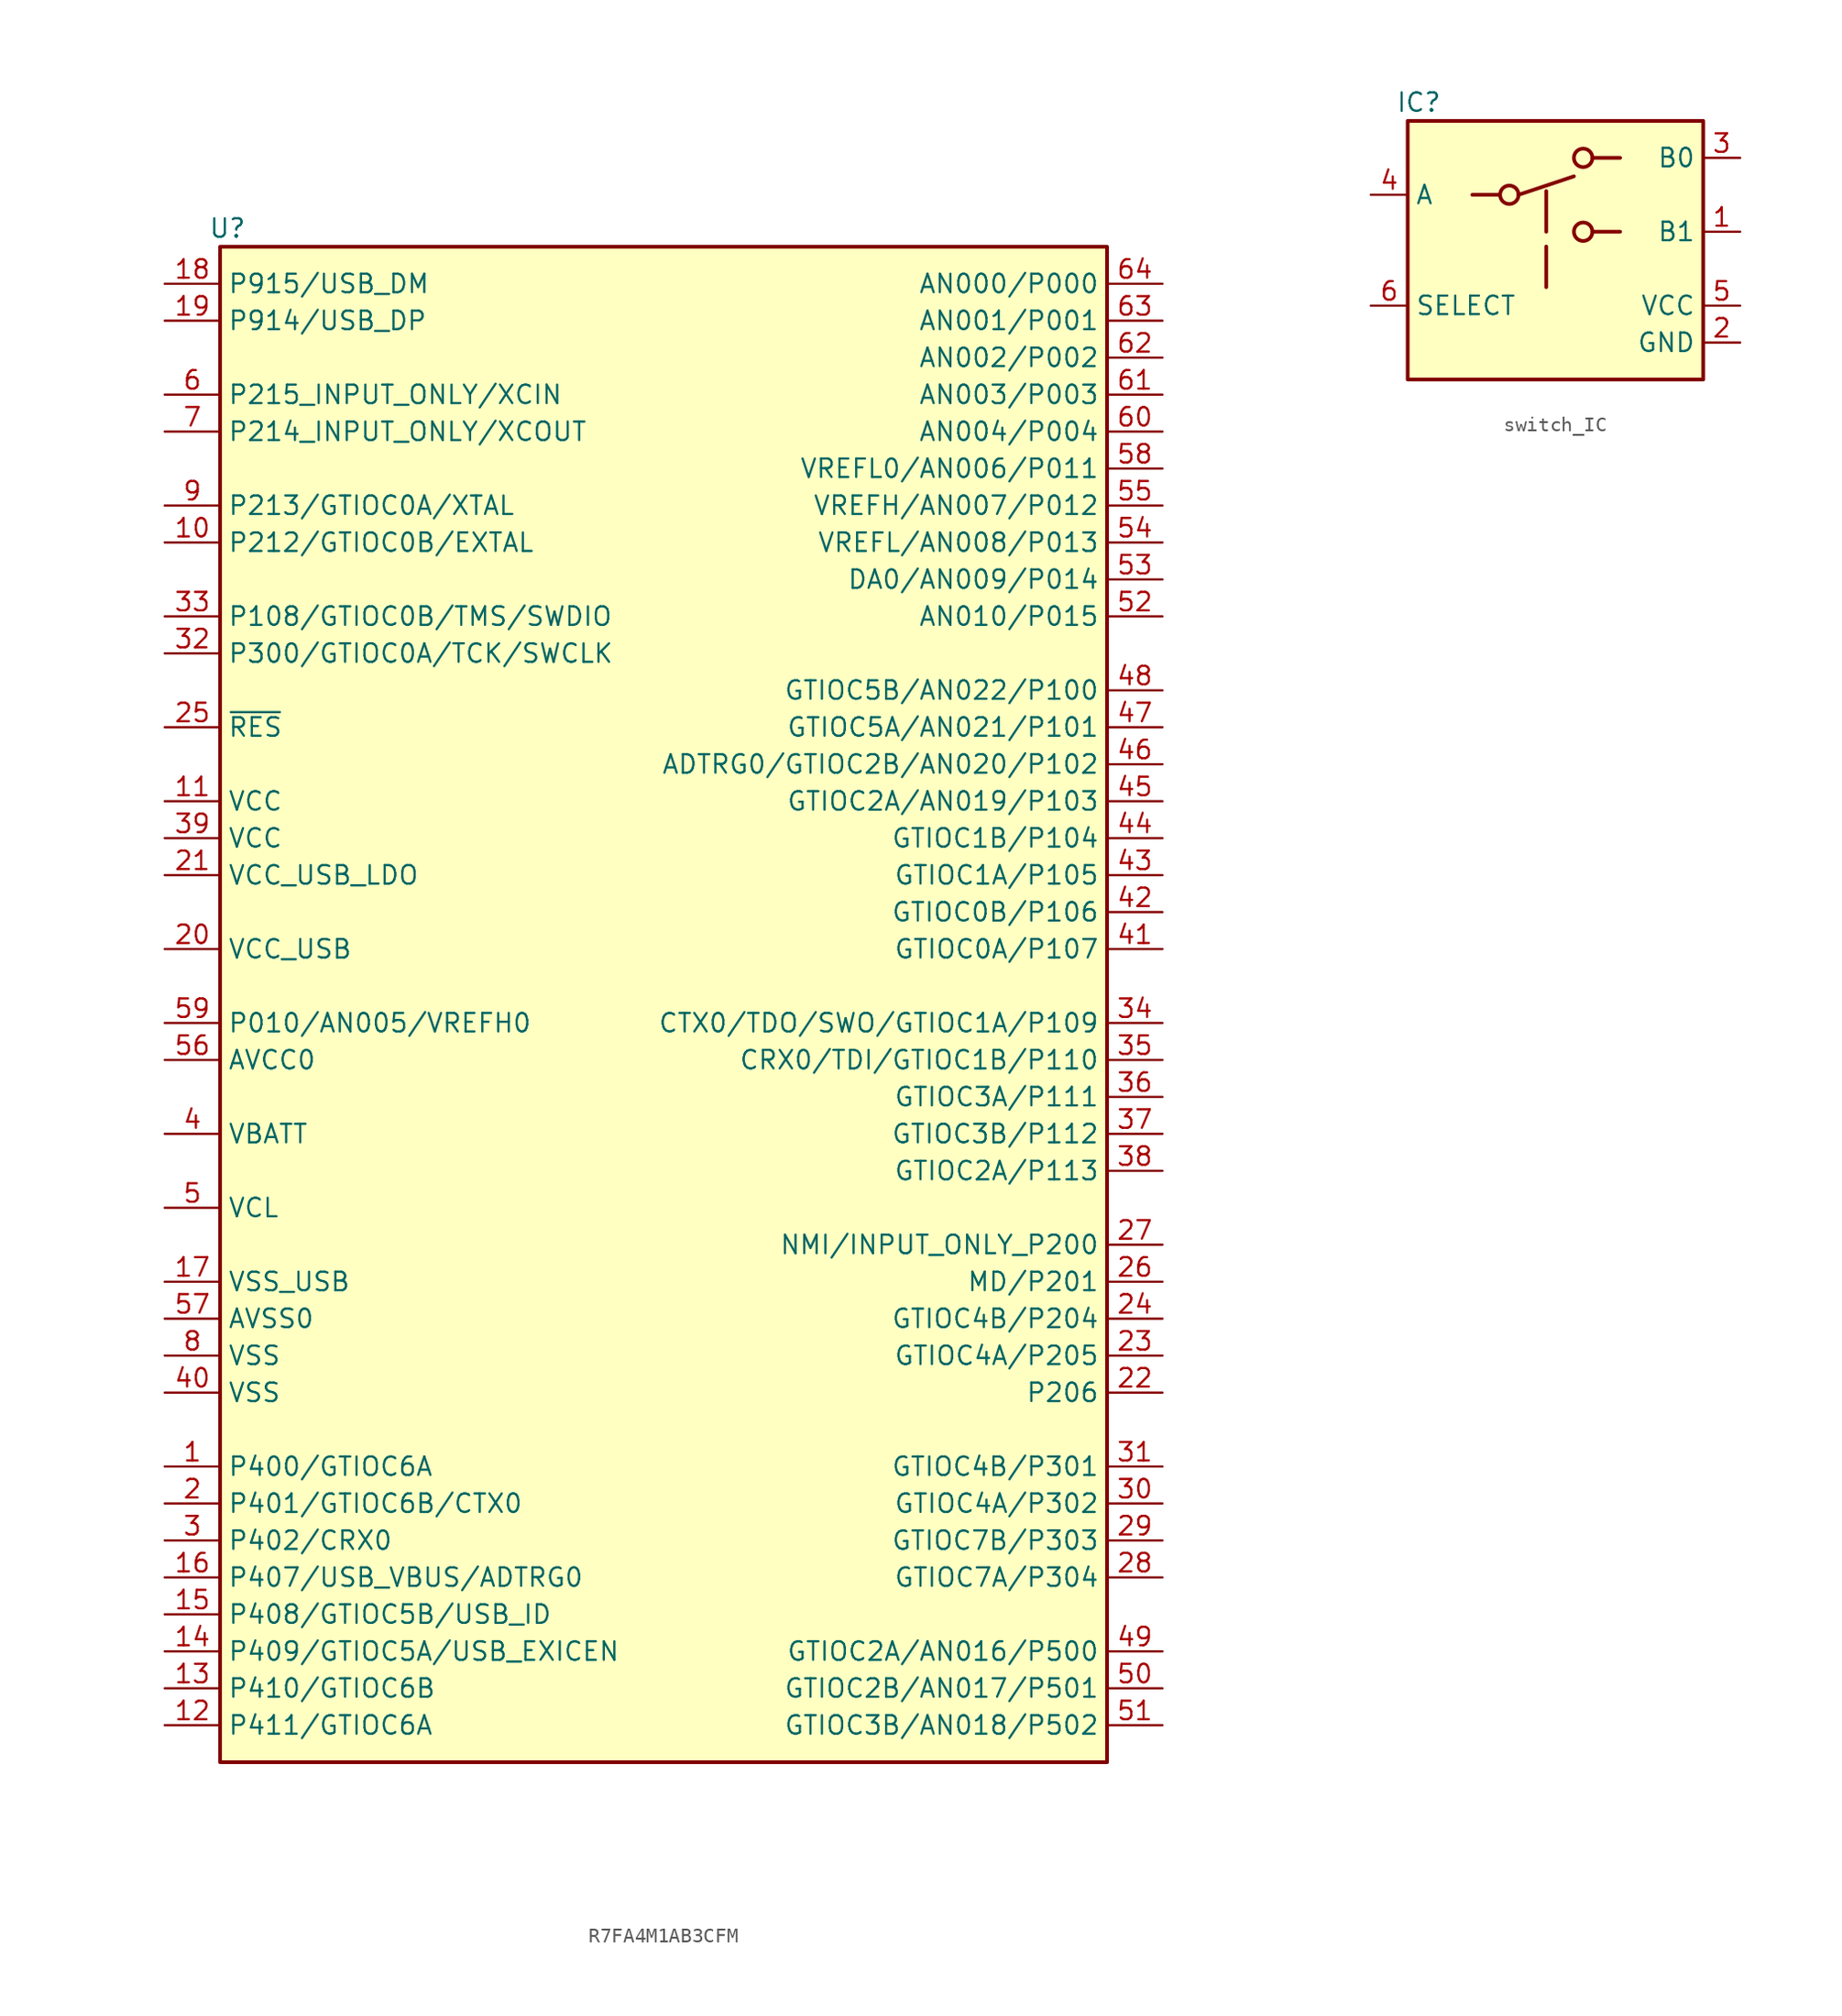
<source format=kicad_sym>
(kicad_symbol_lib
  (version 20231120)
  (generator "kicad_symbol_editor")
  (generator_version "8.0")
  (symbol "R7FA4M1AB3CFM"
    (property "Reference" "U"
      (at 0.508 105.41 0)
      (effects (font (size 1.27 1.27))))
    (property "Value" ""
      (at 0 0 0)
      (effects (font (size 1.27 1.27))))
    (symbol "R7FA4M1AB3CFM_1_0"
      (rectangle (start 60.96 104.14) (end 0 0) (stroke (width 0.254) (type solid) (color 128 0 0 1)) (fill (type background)))
      (pin passive line (at -3.81 20.32 0) (length 3.81) (name "P400/GTIOC6A" (effects (font (size 1.27 1.27)))) (number "1" (effects (font (size 1.27 1.27)))))
      (pin passive line (at -3.81 83.82 0) (length 3.81) (name "P212/GTIOC0B/EXTAL" (effects (font (size 1.27 1.27)))) (number "10" (effects (font (size 1.27 1.27)))))
      (pin passive line (at -3.81 66.04 0) (length 3.81) (name "VCC" (effects (font (size 1.27 1.27)))) (number "11" (effects (font (size 1.27 1.27)))))
      (pin passive line (at -3.81 2.54 0) (length 3.81) (name "P411/GTIOC6A" (effects (font (size 1.27 1.27)))) (number "12" (effects (font (size 1.27 1.27)))))
      (pin passive line (at -3.81 5.08 0) (length 3.81) (name "P410/GTIOC6B" (effects (font (size 1.27 1.27)))) (number "13" (effects (font (size 1.27 1.27)))))
      (pin passive line (at -3.81 7.62 0) (length 3.81) (name "P409/GTIOC5A/USB_EXICEN" (effects (font (size 1.27 1.27)))) (number "14" (effects (font (size 1.27 1.27)))))
      (pin passive line (at -3.81 10.16 0) (length 3.81) (name "P408/GTIOC5B/USB_ID" (effects (font (size 1.27 1.27)))) (number "15" (effects (font (size 1.27 1.27)))))
      (pin passive line (at -3.81 12.7 0) (length 3.81) (name "P407/USB_VBUS/ADTRG0" (effects (font (size 1.27 1.27)))) (number "16" (effects (font (size 1.27 1.27)))))
      (pin passive line (at -3.81 33.02 0) (length 3.81) (name "VSS_USB" (effects (font (size 1.27 1.27)))) (number "17" (effects (font (size 1.27 1.27)))))
      (pin passive line (at -3.81 101.6 0) (length 3.81) (name "P915/USB_DM" (effects (font (size 1.27 1.27)))) (number "18" (effects (font (size 1.27 1.27)))))
      (pin passive line (at -3.81 99.06 0) (length 3.81) (name "P914/USB_DP" (effects (font (size 1.27 1.27)))) (number "19" (effects (font (size 1.27 1.27)))))
      (pin passive line (at -3.81 17.78 0) (length 3.81) (name "P401/GTIOC6B/CTX0" (effects (font (size 1.27 1.27)))) (number "2" (effects (font (size 1.27 1.27)))))
      (pin passive line (at -3.81 55.88 0) (length 3.81) (name "VCC_USB" (effects (font (size 1.27 1.27)))) (number "20" (effects (font (size 1.27 1.27)))))
      (pin passive line (at -3.81 60.96 0) (length 3.81) (name "VCC_USB_LDO" (effects (font (size 1.27 1.27)))) (number "21" (effects (font (size 1.27 1.27)))))
      (pin passive line (at 64.77 25.4 180) (length 3.81) (name "P206" (effects (font (size 1.27 1.27)))) (number "22" (effects (font (size 1.27 1.27)))))
      (pin passive line (at 64.77 27.94 180) (length 3.81) (name "GTIOC4A/P205" (effects (font (size 1.27 1.27)))) (number "23" (effects (font (size 1.27 1.27)))))
      (pin passive line (at 64.77 30.48 180) (length 3.81) (name "GTIOC4B/P204" (effects (font (size 1.27 1.27)))) (number "24" (effects (font (size 1.27 1.27)))))
      (pin passive line (at -3.81 71.12 0) (length 3.81) (name "~{RES}" (effects (font (size 1.27 1.27)))) (number "25" (effects (font (size 1.27 1.27)))))
      (pin passive line (at 64.77 33.02 180) (length 3.81) (name "MD/P201" (effects (font (size 1.27 1.27)))) (number "26" (effects (font (size 1.27 1.27)))))
      (pin passive line (at 64.77 35.56 180) (length 3.81) (name "NMI/INPUT_ONLY_P200" (effects (font (size 1.27 1.27)))) (number "27" (effects (font (size 1.27 1.27)))))
      (pin passive line (at 64.77 12.7 180) (length 3.81) (name "GTIOC7A/P304" (effects (font (size 1.27 1.27)))) (number "28" (effects (font (size 1.27 1.27)))))
      (pin passive line (at 64.77 15.24 180) (length 3.81) (name "GTIOC7B/P303" (effects (font (size 1.27 1.27)))) (number "29" (effects (font (size 1.27 1.27)))))
      (pin passive line (at -3.81 15.24 0) (length 3.81) (name "P402/CRX0" (effects (font (size 1.27 1.27)))) (number "3" (effects (font (size 1.27 1.27)))))
      (pin passive line (at 64.77 17.78 180) (length 3.81) (name "GTIOC4A/P302" (effects (font (size 1.27 1.27)))) (number "30" (effects (font (size 1.27 1.27)))))
      (pin passive line (at 64.77 20.32 180) (length 3.81) (name "GTIOC4B/P301" (effects (font (size 1.27 1.27)))) (number "31" (effects (font (size 1.27 1.27)))))
      (pin passive line (at -3.81 76.2 0) (length 3.81) (name "P300/GTIOC0A/TCK/SWCLK" (effects (font (size 1.27 1.27)))) (number "32" (effects (font (size 1.27 1.27)))))
      (pin passive line (at -3.81 78.74 0) (length 3.81) (name "P108/GTIOC0B/TMS/SWDIO" (effects (font (size 1.27 1.27)))) (number "33" (effects (font (size 1.27 1.27)))))
      (pin passive line (at 64.77 50.8 180) (length 3.81) (name "CTX0/TDO/SWO/GTIOC1A/P109" (effects (font (size 1.27 1.27)))) (number "34" (effects (font (size 1.27 1.27)))))
      (pin passive line (at 64.77 48.26 180) (length 3.81) (name "CRX0/TDI/GTIOC1B/P110" (effects (font (size 1.27 1.27)))) (number "35" (effects (font (size 1.27 1.27)))))
      (pin passive line (at 64.77 45.72 180) (length 3.81) (name "GTIOC3A/P111" (effects (font (size 1.27 1.27)))) (number "36" (effects (font (size 1.27 1.27)))))
      (pin passive line (at 64.77 43.18 180) (length 3.81) (name "GTIOC3B/P112" (effects (font (size 1.27 1.27)))) (number "37" (effects (font (size 1.27 1.27)))))
      (pin passive line (at 64.77 40.64 180) (length 3.81) (name "GTIOC2A/P113" (effects (font (size 1.27 1.27)))) (number "38" (effects (font (size 1.27 1.27)))))
      (pin passive line (at -3.81 63.5 0) (length 3.81) (name "VCC" (effects (font (size 1.27 1.27)))) (number "39" (effects (font (size 1.27 1.27)))))
      (pin passive line (at -3.81 43.18 0) (length 3.81) (name "VBATT" (effects (font (size 1.27 1.27)))) (number "4" (effects (font (size 1.27 1.27)))))
      (pin passive line (at -3.81 25.4 0) (length 3.81) (name "VSS" (effects (font (size 1.27 1.27)))) (number "40" (effects (font (size 1.27 1.27)))))
      (pin passive line (at 64.77 55.88 180) (length 3.81) (name "GTIOC0A/P107" (effects (font (size 1.27 1.27)))) (number "41" (effects (font (size 1.27 1.27)))))
      (pin passive line (at 64.77 58.42 180) (length 3.81) (name "GTIOC0B/P106" (effects (font (size 1.27 1.27)))) (number "42" (effects (font (size 1.27 1.27)))))
      (pin passive line (at 64.77 60.96 180) (length 3.81) (name "GTIOC1A/P105" (effects (font (size 1.27 1.27)))) (number "43" (effects (font (size 1.27 1.27)))))
      (pin passive line (at 64.77 63.5 180) (length 3.81) (name "GTIOC1B/P104" (effects (font (size 1.27 1.27)))) (number "44" (effects (font (size 1.27 1.27)))))
      (pin passive line (at 64.77 66.04 180) (length 3.81) (name "GTIOC2A/AN019/P103" (effects (font (size 1.27 1.27)))) (number "45" (effects (font (size 1.27 1.27)))))
      (pin passive line (at 64.77 68.58 180) (length 3.81) (name "ADTRG0/GTIOC2B/AN020/P102" (effects (font (size 1.27 1.27)))) (number "46" (effects (font (size 1.27 1.27)))))
      (pin passive line (at 64.77 71.12 180) (length 3.81) (name "GTIOC5A/AN021/P101" (effects (font (size 1.27 1.27)))) (number "47" (effects (font (size 1.27 1.27)))))
      (pin passive line (at 64.77 73.66 180) (length 3.81) (name "GTIOC5B/AN022/P100" (effects (font (size 1.27 1.27)))) (number "48" (effects (font (size 1.27 1.27)))))
      (pin passive line (at 64.77 7.62 180) (length 3.81) (name "GTIOC2A/AN016/P500" (effects (font (size 1.27 1.27)))) (number "49" (effects (font (size 1.27 1.27)))))
      (pin passive line (at -3.81 38.1 0) (length 3.81) (name "VCL" (effects (font (size 1.27 1.27)))) (number "5" (effects (font (size 1.27 1.27)))))
      (pin passive line (at 64.77 5.08 180) (length 3.81) (name "GTIOC2B/AN017/P501" (effects (font (size 1.27 1.27)))) (number "50" (effects (font (size 1.27 1.27)))))
      (pin passive line (at 64.77 2.54 180) (length 3.81) (name "GTIOC3B/AN018/P502" (effects (font (size 1.27 1.27)))) (number "51" (effects (font (size 1.27 1.27)))))
      (pin passive line (at 64.77 78.74 180) (length 3.81) (name "AN010/P015" (effects (font (size 1.27 1.27)))) (number "52" (effects (font (size 1.27 1.27)))))
      (pin passive line (at 64.77 81.28 180) (length 3.81) (name "DA0/AN009/P014" (effects (font (size 1.27 1.27)))) (number "53" (effects (font (size 1.27 1.27)))))
      (pin passive line (at 64.77 83.82 180) (length 3.81) (name "VREFL/AN008/P013" (effects (font (size 1.27 1.27)))) (number "54" (effects (font (size 1.27 1.27)))))
      (pin passive line (at 64.77 86.36 180) (length 3.81) (name "VREFH/AN007/P012" (effects (font (size 1.27 1.27)))) (number "55" (effects (font (size 1.27 1.27)))))
      (pin passive line (at -3.81 48.26 0) (length 3.81) (name "AVCC0" (effects (font (size 1.27 1.27)))) (number "56" (effects (font (size 1.27 1.27)))))
      (pin passive line (at -3.81 30.48 0) (length 3.81) (name "AVSS0" (effects (font (size 1.27 1.27)))) (number "57" (effects (font (size 1.27 1.27)))))
      (pin passive line (at 64.77 88.9 180) (length 3.81) (name "VREFL0/AN006/P011" (effects (font (size 1.27 1.27)))) (number "58" (effects (font (size 1.27 1.27)))))
      (pin passive line (at -3.81 50.8 0) (length 3.81) (name "P010/AN005/VREFH0" (effects (font (size 1.27 1.27)))) (number "59" (effects (font (size 1.27 1.27)))))
      (pin passive line (at -3.81 93.98 0) (length 3.81) (name "P215_INPUT_ONLY/XCIN" (effects (font (size 1.27 1.27)))) (number "6" (effects (font (size 1.27 1.27)))))
      (pin passive line (at 64.77 91.44 180) (length 3.81) (name "AN004/P004" (effects (font (size 1.27 1.27)))) (number "60" (effects (font (size 1.27 1.27)))))
      (pin passive line (at 64.77 93.98 180) (length 3.81) (name "AN003/P003" (effects (font (size 1.27 1.27)))) (number "61" (effects (font (size 1.27 1.27)))))
      (pin passive line (at 64.77 96.52 180) (length 3.81) (name "AN002/P002" (effects (font (size 1.27 1.27)))) (number "62" (effects (font (size 1.27 1.27)))))
      (pin passive line (at 64.77 99.06 180) (length 3.81) (name "AN001/P001" (effects (font (size 1.27 1.27)))) (number "63" (effects (font (size 1.27 1.27)))))
      (pin passive line (at 64.77 101.6 180) (length 3.81) (name "AN000/P000" (effects (font (size 1.27 1.27)))) (number "64" (effects (font (size 1.27 1.27)))))
      (pin passive line (at -3.81 91.44 0) (length 3.81) (name "P214_INPUT_ONLY/XCOUT" (effects (font (size 1.27 1.27)))) (number "7" (effects (font (size 1.27 1.27)))))
      (pin passive line (at -3.81 27.94 0) (length 3.81) (name "VSS" (effects (font (size 1.27 1.27)))) (number "8" (effects (font (size 1.27 1.27)))))
      (pin passive line (at -3.81 86.36 0) (length 3.81) (name "P213/GTIOC0A/XTAL" (effects (font (size 1.27 1.27)))) (number "9" (effects (font (size 1.27 1.27)))))))
  (symbol "switch_IC"
    (property "Reference" "IC"
      (at 0.762 19.05 0)
      (effects (font (size 1.27 1.27))))
    (property "Value" ""
      (at 10.16 19.05 0)
      (effects (font (size 1.27 1.27))))
    (symbol "switch_IC_1_0"
      (polyline (pts (xy 4.445 12.7) (xy 6.35 12.7)) (stroke (width 0.254) (type solid)) (fill (type none)))
      (polyline (pts (xy 9.525 6.35) (xy 9.525 13.335)) (stroke (width 0.254) (type dash)) (fill (type none)))
      (polyline (pts (xy 11.43 13.97) (xy 7.62 12.7)) (stroke (width 0.254) (type solid)) (fill (type none)))
      (polyline (pts (xy 14.605 10.16) (xy 12.7 10.16)) (stroke (width 0.254) (type solid)) (fill (type none)))
      (polyline (pts (xy 14.605 15.24) (xy 12.7 15.24)) (stroke (width 0.254) (type solid)) (fill (type none)))
      (circle (center 6.985 12.7) (radius 0.635) (stroke (width 0.254) (type solid)) (fill (type none)))
      (circle (center 12.065 10.16) (radius 0.635) (stroke (width 0.254) (type solid)) (fill (type none)))
      (circle (center 12.065 15.24) (radius 0.635) (stroke (width 0.254) (type solid)) (fill (type none)))
      (rectangle (start 20.32 17.78) (end 0 0) (stroke (width 0.254) (type solid) (color 128 0 0 1)) (fill (type background)))
      (pin passive line (at 22.86 10.16 180) (length 2.54) (name "B1" (effects (font (size 1.27 1.27)))) (number "1" (effects (font (size 1.27 1.27)))))
      (pin passive line (at 22.86 2.54 180) (length 2.54) (name "GND" (effects (font (size 1.27 1.27)))) (number "2" (effects (font (size 1.27 1.27)))))
      (pin passive line (at 22.86 15.24 180) (length 2.54) (name "B0" (effects (font (size 1.27 1.27)))) (number "3" (effects (font (size 1.27 1.27)))))
      (pin passive line (at -2.54 12.7 0) (length 2.54) (name "A" (effects (font (size 1.27 1.27)))) (number "4" (effects (font (size 1.27 1.27)))))
      (pin passive line (at 22.86 5.08 180) (length 2.54) (name "VCC" (effects (font (size 1.27 1.27)))) (number "5" (effects (font (size 1.27 1.27)))))
      (pin passive line (at -2.54 5.08 0) (length 2.54) (name "SELECT" (effects (font (size 1.27 1.27)))) (number "6" (effects (font (size 1.27 1.27))))))))
</source>
